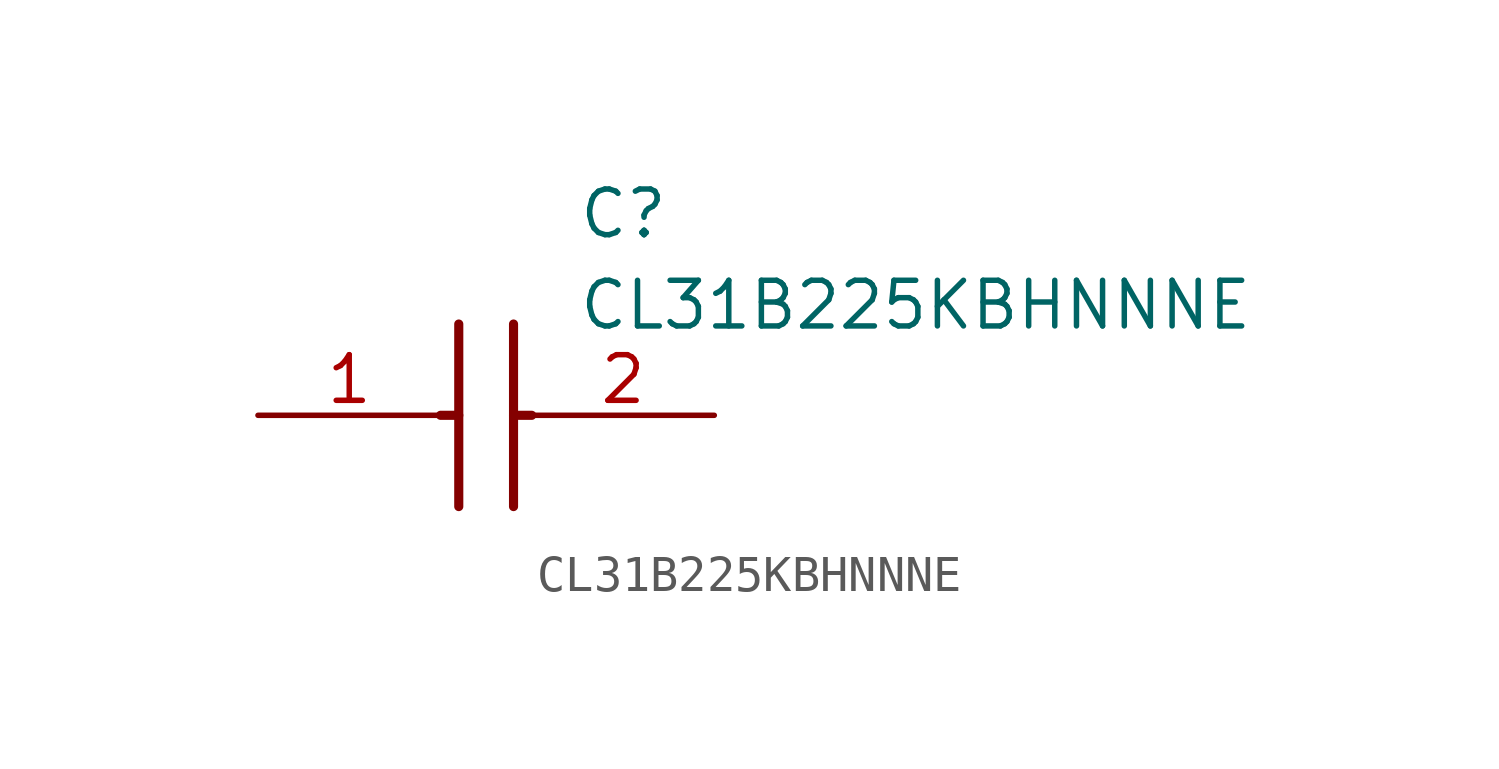
<source format=kicad_sym>
(kicad_symbol_lib
  (version 20211014)
  (generator SamacSys_ECAD_Model)
  (symbol "CL31B225KBHNNNE"
    (pin_names hide)
    (property "Reference" "C"
      (at 8.89 6.35 0)
      (effects (font (size 1.27 1.27)) (justify left top)))
    (property "Value" "CL31B225KBHNNNE"
      (at 8.89 3.81 0)
      (effects (font (size 1.27 1.27)) (justify left top)))
    (polyline
      (pts (xy 5.588 2.54) (xy 5.588 -2.54))
      (stroke (width 0.254) (type default))
      (fill (type none)))
    (polyline
      (pts (xy 7.112 2.54) (xy 7.112 -2.54))
      (stroke (width 0.254) (type default))
      (fill (type none)))
    (polyline
      (pts (xy 5.08 0) (xy 5.588 0))
      (stroke (width 0.254) (type default))
      (fill (type none)))
    (polyline
      (pts (xy 7.112 0) (xy 7.62 0))
      (stroke (width 0.254) (type default))
      (fill (type none)))
    (pin passive line
      (at 0 0 0)
      (length 5.08)
      (name "1" (effects (font (size 1.27 1.27))))
      (number "1" (effects (font (size 1.27 1.27)))))
    (pin passive line
      (at 12.7 0 180)
      (length 5.08)
      (name "2" (effects (font (size 1.27 1.27))))
      (number "2" (effects (font (size 1.27 1.27)))))))
</source>
